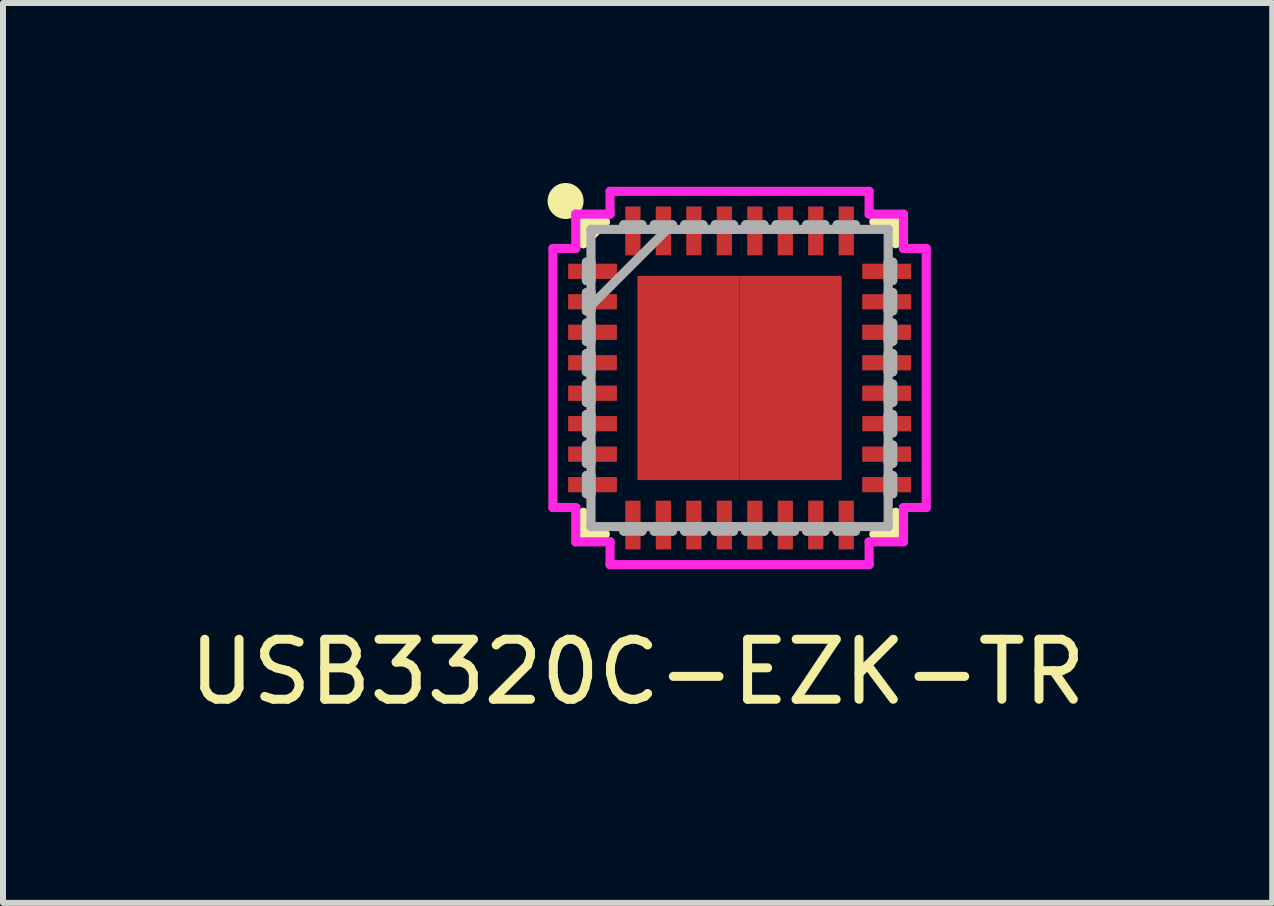
<source format=kicad_pcb>
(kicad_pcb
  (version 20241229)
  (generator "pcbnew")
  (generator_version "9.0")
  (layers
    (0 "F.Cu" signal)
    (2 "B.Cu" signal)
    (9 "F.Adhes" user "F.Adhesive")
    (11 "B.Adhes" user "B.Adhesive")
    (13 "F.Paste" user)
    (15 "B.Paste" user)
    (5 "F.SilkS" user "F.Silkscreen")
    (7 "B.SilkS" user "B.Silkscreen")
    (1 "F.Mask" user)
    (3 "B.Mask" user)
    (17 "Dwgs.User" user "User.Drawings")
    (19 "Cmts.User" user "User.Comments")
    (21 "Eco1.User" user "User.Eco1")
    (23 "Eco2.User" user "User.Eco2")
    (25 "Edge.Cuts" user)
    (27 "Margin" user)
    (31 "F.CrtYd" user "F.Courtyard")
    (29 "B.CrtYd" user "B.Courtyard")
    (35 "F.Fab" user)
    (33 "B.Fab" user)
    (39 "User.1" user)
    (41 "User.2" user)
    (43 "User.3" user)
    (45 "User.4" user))
  (footprint "USB3320C-EZK-TR"
    (layer "F.Cu")
    (at 9.277 3.25)
    (property "Reference" "USB3320C-EZK-TR" (at -1.7 4.9 0) (layer "F.SilkS") (effects (font (size 1 1) (thickness 0.15))))
    (attr smd)
    (fp_line (start -2.603 -2.603) (end -2.603 -2.238) (stroke (width 0.152) (type solid)) (layer "F.SilkS"))
    (fp_line (start -2.603 -2.238) (end -2.238 -2.603) (stroke (width 0.152) (type default)) (layer "F.SilkS"))
    (fp_line (start -2.603 2.238) (end -2.603 2.603) (stroke (width 0.152) (type solid)) (layer "F.SilkS"))
    (fp_line (start -2.603 2.603) (end -2.238 2.603) (stroke (width 0.152) (type solid)) (layer "F.SilkS"))
    (fp_line (start -2.238 -2.603) (end -2.603 -2.603) (stroke (width 0.152) (type solid)) (layer "F.SilkS"))
    (fp_line (start 2.238 2.603) (end 2.603 2.603) (stroke (width 0.152) (type solid)) (layer "F.SilkS"))
    (fp_line (start 2.603 -2.603) (end 2.238 -2.603) (stroke (width 0.152) (type solid)) (layer "F.SilkS"))
    (fp_line (start 2.603 -2.238) (end 2.603 -2.603) (stroke (width 0.152) (type solid)) (layer "F.SilkS"))
    (fp_line (start 2.603 2.603) (end 2.603 2.238) (stroke (width 0.152) (type solid)) (layer "F.SilkS"))
    (fp_circle (center -2.9 -2.95) (end -2.65 -2.95) (stroke (width 0.1) (type solid)) (fill yes) (layer "F.SilkS"))
    (fp_line (start -3.111 -2.159) (end -2.731 -2.159) (stroke (width 0.152) (type solid)) (layer "F.CrtYd"))
    (fp_line (start -3.111 2.159) (end -3.111 -2.159) (stroke (width 0.152) (type solid)) (layer "F.CrtYd"))
    (fp_line (start -2.731 -2.731) (end -2.159 -2.731) (stroke (width 0.152) (type solid)) (layer "F.CrtYd"))
    (fp_line (start -2.731 -2.159) (end -2.731 -2.731) (stroke (width 0.152) (type solid)) (layer "F.CrtYd"))
    (fp_line (start -2.731 2.159) (end -3.111 2.159) (stroke (width 0.152) (type solid)) (layer "F.CrtYd"))
    (fp_line (start -2.731 2.731) (end -2.731 2.159) (stroke (width 0.152) (type solid)) (layer "F.CrtYd"))
    (fp_line (start -2.159 -3.111) (end 2.159 -3.111) (stroke (width 0.152) (type solid)) (layer "F.CrtYd"))
    (fp_line (start -2.159 -2.731) (end -2.159 -3.111) (stroke (width 0.152) (type solid)) (layer "F.CrtYd"))
    (fp_line (start -2.159 2.731) (end -2.731 2.731) (stroke (width 0.152) (type solid)) (layer "F.CrtYd"))
    (fp_line (start -2.159 3.111) (end -2.159 2.731) (stroke (width 0.152) (type solid)) (layer "F.CrtYd"))
    (fp_line (start 2.159 -3.111) (end 2.159 -2.731) (stroke (width 0.152) (type solid)) (layer "F.CrtYd"))
    (fp_line (start 2.159 -2.731) (end 2.731 -2.731) (stroke (width 0.152) (type solid)) (layer "F.CrtYd"))
    (fp_line (start 2.159 2.731) (end 2.159 3.111) (stroke (width 0.152) (type solid)) (layer "F.CrtYd"))
    (fp_line (start 2.159 3.111) (end -2.159 3.111) (stroke (width 0.152) (type solid)) (layer "F.CrtYd"))
    (fp_line (start 2.731 -2.731) (end 2.731 -2.159) (stroke (width 0.152) (type solid)) (layer "F.CrtYd"))
    (fp_line (start 2.731 -2.159) (end 3.111 -2.159) (stroke (width 0.152) (type solid)) (layer "F.CrtYd"))
    (fp_line (start 2.731 2.159) (end 2.731 2.731) (stroke (width 0.152) (type solid)) (layer "F.CrtYd"))
    (fp_line (start 2.731 2.731) (end 2.159 2.731) (stroke (width 0.152) (type solid)) (layer "F.CrtYd"))
    (fp_line (start 3.111 -2.159) (end 3.111 2.159) (stroke (width 0.152) (type solid)) (layer "F.CrtYd"))
    (fp_line (start 3.111 2.159) (end 2.731 2.159) (stroke (width 0.152) (type solid)) (layer "F.CrtYd"))
    (fp_line (start -2.553 -1.93) (end -2.553 -1.626) (stroke (width 0.152) (type solid)) (layer "F.Fab"))
    (fp_line (start -2.553 -1.626) (end -2.477 -1.626) (stroke (width 0.152) (type solid)) (layer "F.Fab"))
    (fp_line (start -2.553 -1.422) (end -2.553 -1.118) (stroke (width 0.152) (type solid)) (layer "F.Fab"))
    (fp_line (start -2.553 -1.118) (end -2.477 -1.118) (stroke (width 0.152) (type solid)) (layer "F.Fab"))
    (fp_line (start -2.553 -0.914) (end -2.553 -0.61) (stroke (width 0.152) (type solid)) (layer "F.Fab"))
    (fp_line (start -2.553 -0.61) (end -2.477 -0.61) (stroke (width 0.152) (type solid)) (layer "F.Fab"))
    (fp_line (start -2.553 -0.406) (end -2.553 -0.102) (stroke (width 0.152) (type solid)) (layer "F.Fab"))
    (fp_line (start -2.553 -0.102) (end -2.477 -0.102) (stroke (width 0.152) (type solid)) (layer "F.Fab"))
    (fp_line (start -2.553 0.102) (end -2.553 0.406) (stroke (width 0.152) (type solid)) (layer "F.Fab"))
    (fp_line (start -2.553 0.406) (end -2.477 0.406) (stroke (width 0.152) (type solid)) (layer "F.Fab"))
    (fp_line (start -2.553 0.61) (end -2.553 0.914) (stroke (width 0.152) (type solid)) (layer "F.Fab"))
    (fp_line (start -2.553 0.914) (end -2.477 0.914) (stroke (width 0.152) (type solid)) (layer "F.Fab"))
    (fp_line (start -2.553 1.118) (end -2.553 1.422) (stroke (width 0.152) (type solid)) (layer "F.Fab"))
    (fp_line (start -2.553 1.422) (end -2.477 1.422) (stroke (width 0.152) (type solid)) (layer "F.Fab"))
    (fp_line (start -2.553 1.626) (end -2.553 1.93) (stroke (width 0.152) (type solid)) (layer "F.Fab"))
    (fp_line (start -2.553 1.93) (end -2.477 1.93) (stroke (width 0.152) (type solid)) (layer "F.Fab"))
    (fp_line (start -2.477 -2.477) (end -2.477 -2.477) (stroke (width 0.152) (type solid)) (layer "F.Fab"))
    (fp_line (start -2.477 -2.477) (end -2.477 2.477) (stroke (width 0.152) (type solid)) (layer "F.Fab"))
    (fp_line (start -2.477 -1.93) (end -2.553 -1.93) (stroke (width 0.152) (type solid)) (layer "F.Fab"))
    (fp_line (start -2.477 -1.626) (end -2.477 -1.93) (stroke (width 0.152) (type solid)) (layer "F.Fab"))
    (fp_line (start -2.477 -1.422) (end -2.553 -1.422) (stroke (width 0.152) (type solid)) (layer "F.Fab"))
    (fp_line (start -2.477 -1.206) (end -1.206 -2.477) (stroke (width 0.152) (type solid)) (layer "F.Fab"))
    (fp_line (start -2.477 -1.118) (end -2.477 -1.422) (stroke (width 0.152) (type solid)) (layer "F.Fab"))
    (fp_line (start -2.477 -0.914) (end -2.553 -0.914) (stroke (width 0.152) (type solid)) (layer "F.Fab"))
    (fp_line (start -2.477 -0.61) (end -2.477 -0.914) (stroke (width 0.152) (type solid)) (layer "F.Fab"))
    (fp_line (start -2.477 -0.406) (end -2.553 -0.406) (stroke (width 0.152) (type solid)) (layer "F.Fab"))
    (fp_line (start -2.477 -0.102) (end -2.477 -0.406) (stroke (width 0.152) (type solid)) (layer "F.Fab"))
    (fp_line (start -2.477 0.102) (end -2.553 0.102) (stroke (width 0.152) (type solid)) (layer "F.Fab"))
    (fp_line (start -2.477 0.406) (end -2.477 0.102) (stroke (width 0.152) (type solid)) (layer "F.Fab"))
    (fp_line (start -2.477 0.61) (end -2.553 0.61) (stroke (width 0.152) (type solid)) (layer "F.Fab"))
    (fp_line (start -2.477 0.914) (end -2.477 0.61) (stroke (width 0.152) (type solid)) (layer "F.Fab"))
    (fp_line (start -2.477 1.118) (end -2.553 1.118) (stroke (width 0.152) (type solid)) (layer "F.Fab"))
    (fp_line (start -2.477 1.422) (end -2.477 1.118) (stroke (width 0.152) (type solid)) (layer "F.Fab"))
    (fp_line (start -2.477 1.626) (end -2.553 1.626) (stroke (width 0.152) (type solid)) (layer "F.Fab"))
    (fp_line (start -2.477 1.93) (end -2.477 1.626) (stroke (width 0.152) (type solid)) (layer "F.Fab"))
    (fp_line (start -2.477 2.477) (end -2.477 2.477) (stroke (width 0.152) (type solid)) (layer "F.Fab"))
    (fp_line (start -2.477 2.477) (end 2.477 2.477) (stroke (width 0.152) (type solid)) (layer "F.Fab"))
    (fp_line (start -1.93 -2.553) (end -1.93 -2.477) (stroke (width 0.152) (type solid)) (layer "F.Fab"))
    (fp_line (start -1.93 -2.477) (end -1.626 -2.477) (stroke (width 0.152) (type solid)) (layer "F.Fab"))
    (fp_line (start -1.93 2.477) (end -1.93 2.553) (stroke (width 0.152) (type solid)) (layer "F.Fab"))
    (fp_line (start -1.93 2.553) (end -1.626 2.553) (stroke (width 0.152) (type solid)) (layer "F.Fab"))
    (fp_line (start -1.626 -2.553) (end -1.93 -2.553) (stroke (width 0.152) (type solid)) (layer "F.Fab"))
    (fp_line (start -1.626 -2.477) (end -1.626 -2.553) (stroke (width 0.152) (type solid)) (layer "F.Fab"))
    (fp_line (start -1.626 2.477) (end -1.93 2.477) (stroke (width 0.152) (type solid)) (layer "F.Fab"))
    (fp_line (start -1.626 2.553) (end -1.626 2.477) (stroke (width 0.152) (type solid)) (layer "F.Fab"))
    (fp_line (start -1.422 -2.553) (end -1.422 -2.477) (stroke (width 0.152) (type solid)) (layer "F.Fab"))
    (fp_line (start -1.422 -2.477) (end -1.118 -2.477) (stroke (width 0.152) (type solid)) (layer "F.Fab"))
    (fp_line (start -1.422 2.477) (end -1.422 2.553) (stroke (width 0.152) (type solid)) (layer "F.Fab"))
    (fp_line (start -1.422 2.553) (end -1.118 2.553) (stroke (width 0.152) (type solid)) (layer "F.Fab"))
    (fp_line (start -1.118 -2.553) (end -1.422 -2.553) (stroke (width 0.152) (type solid)) (layer "F.Fab"))
    (fp_line (start -1.118 -2.477) (end -1.118 -2.553) (stroke (width 0.152) (type solid)) (layer "F.Fab"))
    (fp_line (start -1.118 2.477) (end -1.422 2.477) (stroke (width 0.152) (type solid)) (layer "F.Fab"))
    (fp_line (start -1.118 2.553) (end -1.118 2.477) (stroke (width 0.152) (type solid)) (layer "F.Fab"))
    (fp_line (start -0.914 -2.553) (end -0.914 -2.477) (stroke (width 0.152) (type solid)) (layer "F.Fab"))
    (fp_line (start -0.914 -2.477) (end -0.61 -2.477) (stroke (width 0.152) (type solid)) (layer "F.Fab"))
    (fp_line (start -0.914 2.477) (end -0.914 2.553) (stroke (width 0.152) (type solid)) (layer "F.Fab"))
    (fp_line (start -0.914 2.553) (end -0.61 2.553) (stroke (width 0.152) (type solid)) (layer "F.Fab"))
    (fp_line (start -0.61 -2.553) (end -0.914 -2.553) (stroke (width 0.152) (type solid)) (layer "F.Fab"))
    (fp_line (start -0.61 -2.477) (end -0.61 -2.553) (stroke (width 0.152) (type solid)) (layer "F.Fab"))
    (fp_line (start -0.61 2.477) (end -0.914 2.477) (stroke (width 0.152) (type solid)) (layer "F.Fab"))
    (fp_line (start -0.61 2.553) (end -0.61 2.477) (stroke (width 0.152) (type solid)) (layer "F.Fab"))
    (fp_line (start -0.406 -2.553) (end -0.406 -2.477) (stroke (width 0.152) (type solid)) (layer "F.Fab"))
    (fp_line (start -0.406 -2.477) (end -0.102 -2.477) (stroke (width 0.152) (type solid)) (layer "F.Fab"))
    (fp_line (start -0.406 2.477) (end -0.406 2.553) (stroke (width 0.152) (type solid)) (layer "F.Fab"))
    (fp_line (start -0.406 2.553) (end -0.102 2.553) (stroke (width 0.152) (type solid)) (layer "F.Fab"))
    (fp_line (start -0.102 -2.553) (end -0.406 -2.553) (stroke (width 0.152) (type solid)) (layer "F.Fab"))
    (fp_line (start -0.102 -2.477) (end -0.102 -2.553) (stroke (width 0.152) (type solid)) (layer "F.Fab"))
    (fp_line (start -0.102 2.477) (end -0.406 2.477) (stroke (width 0.152) (type solid)) (layer "F.Fab"))
    (fp_line (start -0.102 2.553) (end -0.102 2.477) (stroke (width 0.152) (type solid)) (layer "F.Fab"))
    (fp_line (start 0.102 -2.553) (end 0.102 -2.477) (stroke (width 0.152) (type solid)) (layer "F.Fab"))
    (fp_line (start 0.102 -2.477) (end 0.406 -2.477) (stroke (width 0.152) (type solid)) (layer "F.Fab"))
    (fp_line (start 0.102 2.477) (end 0.102 2.553) (stroke (width 0.152) (type solid)) (layer "F.Fab"))
    (fp_line (start 0.102 2.553) (end 0.406 2.553) (stroke (width 0.152) (type solid)) (layer "F.Fab"))
    (fp_line (start 0.406 -2.553) (end 0.102 -2.553) (stroke (width 0.152) (type solid)) (layer "F.Fab"))
    (fp_line (start 0.406 -2.477) (end 0.406 -2.553) (stroke (width 0.152) (type solid)) (layer "F.Fab"))
    (fp_line (start 0.406 2.477) (end 0.102 2.477) (stroke (width 0.152) (type solid)) (layer "F.Fab"))
    (fp_line (start 0.406 2.553) (end 0.406 2.477) (stroke (width 0.152) (type solid)) (layer "F.Fab"))
    (fp_line (start 0.61 -2.553) (end 0.61 -2.477) (stroke (width 0.152) (type solid)) (layer "F.Fab"))
    (fp_line (start 0.61 -2.477) (end 0.914 -2.477) (stroke (width 0.152) (type solid)) (layer "F.Fab"))
    (fp_line (start 0.61 2.477) (end 0.61 2.553) (stroke (width 0.152) (type solid)) (layer "F.Fab"))
    (fp_line (start 0.61 2.553) (end 0.914 2.553) (stroke (width 0.152) (type solid)) (layer "F.Fab"))
    (fp_line (start 0.914 -2.553) (end 0.61 -2.553) (stroke (width 0.152) (type solid)) (layer "F.Fab"))
    (fp_line (start 0.914 -2.477) (end 0.914 -2.553) (stroke (width 0.152) (type solid)) (layer "F.Fab"))
    (fp_line (start 0.914 2.477) (end 0.61 2.477) (stroke (width 0.152) (type solid)) (layer "F.Fab"))
    (fp_line (start 0.914 2.553) (end 0.914 2.477) (stroke (width 0.152) (type solid)) (layer "F.Fab"))
    (fp_line (start 1.118 -2.553) (end 1.118 -2.477) (stroke (width 0.152) (type solid)) (layer "F.Fab"))
    (fp_line (start 1.118 -2.477) (end 1.422 -2.477) (stroke (width 0.152) (type solid)) (layer "F.Fab"))
    (fp_line (start 1.118 2.477) (end 1.118 2.553) (stroke (width 0.152) (type solid)) (layer "F.Fab"))
    (fp_line (start 1.118 2.553) (end 1.422 2.553) (stroke (width 0.152) (type solid)) (layer "F.Fab"))
    (fp_line (start 1.422 -2.553) (end 1.118 -2.553) (stroke (width 0.152) (type solid)) (layer "F.Fab"))
    (fp_line (start 1.422 -2.477) (end 1.422 -2.553) (stroke (width 0.152) (type solid)) (layer "F.Fab"))
    (fp_line (start 1.422 2.477) (end 1.118 2.477) (stroke (width 0.152) (type solid)) (layer "F.Fab"))
    (fp_line (start 1.422 2.553) (end 1.422 2.477) (stroke (width 0.152) (type solid)) (layer "F.Fab"))
    (fp_line (start 1.626 -2.553) (end 1.626 -2.477) (stroke (width 0.152) (type solid)) (layer "F.Fab"))
    (fp_line (start 1.626 -2.477) (end 1.93 -2.477) (stroke (width 0.152) (type solid)) (layer "F.Fab"))
    (fp_line (start 1.626 2.477) (end 1.626 2.553) (stroke (width 0.152) (type solid)) (layer "F.Fab"))
    (fp_line (start 1.626 2.553) (end 1.93 2.553) (stroke (width 0.152) (type solid)) (layer "F.Fab"))
    (fp_line (start 1.93 -2.553) (end 1.626 -2.553) (stroke (width 0.152) (type solid)) (layer "F.Fab"))
    (fp_line (start 1.93 -2.477) (end 1.93 -2.553) (stroke (width 0.152) (type solid)) (layer "F.Fab"))
    (fp_line (start 1.93 2.477) (end 1.626 2.477) (stroke (width 0.152) (type solid)) (layer "F.Fab"))
    (fp_line (start 1.93 2.553) (end 1.93 2.477) (stroke (width 0.152) (type solid)) (layer "F.Fab"))
    (fp_line (start 2.477 -2.477) (end -2.477 -2.477) (stroke (width 0.152) (type solid)) (layer "F.Fab"))
    (fp_line (start 2.477 -2.477) (end 2.477 -2.477) (stroke (width 0.152) (type solid)) (layer "F.Fab"))
    (fp_line (start 2.477 -1.93) (end 2.477 -1.626) (stroke (width 0.152) (type solid)) (layer "F.Fab"))
    (fp_line (start 2.477 -1.626) (end 2.553 -1.626) (stroke (width 0.152) (type solid)) (layer "F.Fab"))
    (fp_line (start 2.477 -1.422) (end 2.477 -1.118) (stroke (width 0.152) (type solid)) (layer "F.Fab"))
    (fp_line (start 2.477 -1.118) (end 2.553 -1.118) (stroke (width 0.152) (type solid)) (layer "F.Fab"))
    (fp_line (start 2.477 -0.914) (end 2.477 -0.61) (stroke (width 0.152) (type solid)) (layer "F.Fab"))
    (fp_line (start 2.477 -0.61) (end 2.553 -0.61) (stroke (width 0.152) (type solid)) (layer "F.Fab"))
    (fp_line (start 2.477 -0.406) (end 2.477 -0.102) (stroke (width 0.152) (type solid)) (layer "F.Fab"))
    (fp_line (start 2.477 -0.102) (end 2.553 -0.102) (stroke (width 0.152) (type solid)) (layer "F.Fab"))
    (fp_line (start 2.477 0.102) (end 2.477 0.406) (stroke (width 0.152) (type solid)) (layer "F.Fab"))
    (fp_line (start 2.477 0.406) (end 2.553 0.406) (stroke (width 0.152) (type solid)) (layer "F.Fab"))
    (fp_line (start 2.477 0.61) (end 2.477 0.914) (stroke (width 0.152) (type solid)) (layer "F.Fab"))
    (fp_line (start 2.477 0.914) (end 2.553 0.914) (stroke (width 0.152) (type solid)) (layer "F.Fab"))
    (fp_line (start 2.477 1.118) (end 2.477 1.422) (stroke (width 0.152) (type solid)) (layer "F.Fab"))
    (fp_line (start 2.477 1.422) (end 2.553 1.422) (stroke (width 0.152) (type solid)) (layer "F.Fab"))
    (fp_line (start 2.477 1.626) (end 2.477 1.93) (stroke (width 0.152) (type solid)) (layer "F.Fab"))
    (fp_line (start 2.477 1.93) (end 2.553 1.93) (stroke (width 0.152) (type solid)) (layer "F.Fab"))
    (fp_line (start 2.477 2.477) (end 2.477 -2.477) (stroke (width 0.152) (type solid)) (layer "F.Fab"))
    (fp_line (start 2.477 2.477) (end 2.477 2.477) (stroke (width 0.152) (type solid)) (layer "F.Fab"))
    (fp_line (start 2.553 -1.93) (end 2.477 -1.93) (stroke (width 0.152) (type solid)) (layer "F.Fab"))
    (fp_line (start 2.553 -1.626) (end 2.553 -1.93) (stroke (width 0.152) (type solid)) (layer "F.Fab"))
    (fp_line (start 2.553 -1.422) (end 2.477 -1.422) (stroke (width 0.152) (type solid)) (layer "F.Fab"))
    (fp_line (start 2.553 -1.118) (end 2.553 -1.422) (stroke (width 0.152) (type solid)) (layer "F.Fab"))
    (fp_line (start 2.553 -0.914) (end 2.477 -0.914) (stroke (width 0.152) (type solid)) (layer "F.Fab"))
    (fp_line (start 2.553 -0.61) (end 2.553 -0.914) (stroke (width 0.152) (type solid)) (layer "F.Fab"))
    (fp_line (start 2.553 -0.406) (end 2.477 -0.406) (stroke (width 0.152) (type solid)) (layer "F.Fab"))
    (fp_line (start 2.553 -0.102) (end 2.553 -0.406) (stroke (width 0.152) (type solid)) (layer "F.Fab"))
    (fp_line (start 2.553 0.102) (end 2.477 0.102) (stroke (width 0.152) (type solid)) (layer "F.Fab"))
    (fp_line (start 2.553 0.406) (end 2.553 0.102) (stroke (width 0.152) (type solid)) (layer "F.Fab"))
    (fp_line (start 2.553 0.61) (end 2.477 0.61) (stroke (width 0.152) (type solid)) (layer "F.Fab"))
    (fp_line (start 2.553 0.914) (end 2.553 0.61) (stroke (width 0.152) (type solid)) (layer "F.Fab"))
    (fp_line (start 2.553 1.118) (end 2.477 1.118) (stroke (width 0.152) (type solid)) (layer "F.Fab"))
    (fp_line (start 2.553 1.422) (end 2.553 1.118) (stroke (width 0.152) (type solid)) (layer "F.Fab"))
    (fp_line (start 2.553 1.626) (end 2.477 1.626) (stroke (width 0.152) (type solid)) (layer "F.Fab"))
    (fp_line (start 2.553 1.93) (end 2.553 1.626) (stroke (width 0.152) (type solid)) (layer "F.Fab"))
    (pad "1" smd rect (at -2.451 -1.778 90) (size 0.254 0.813) (layers "F.Cu" "F.Mask" "F.Paste"))
    (pad "2" smd rect (at -2.451 -1.27 90) (size 0.254 0.813) (layers "F.Cu" "F.Mask" "F.Paste"))
    (pad "3" smd rect (at -2.451 -0.762 90) (size 0.254 0.813) (layers "F.Cu" "F.Mask" "F.Paste"))
    (pad "4" smd rect (at -2.451 -0.254 90) (size 0.254 0.813) (layers "F.Cu" "F.Mask" "F.Paste"))
    (pad "5" smd rect (at -2.451 0.254 90) (size 0.254 0.813) (layers "F.Cu" "F.Mask" "F.Paste"))
    (pad "6" smd rect (at -2.451 0.762 90) (size 0.254 0.813) (layers "F.Cu" "F.Mask" "F.Paste"))
    (pad "7" smd rect (at -2.451 1.27 90) (size 0.254 0.813) (layers "F.Cu" "F.Mask" "F.Paste"))
    (pad "8" smd rect (at -2.451 1.778 90) (size 0.254 0.813) (layers "F.Cu" "F.Mask" "F.Paste"))
    (pad "9" smd rect (at -1.778 2.451) (size 0.254 0.813) (layers "F.Cu" "F.Mask" "F.Paste"))
    (pad "10" smd rect (at -1.27 2.451) (size 0.254 0.813) (layers "F.Cu" "F.Mask" "F.Paste"))
    (pad "11" smd rect (at -0.762 2.451) (size 0.254 0.813) (layers "F.Cu" "F.Mask" "F.Paste"))
    (pad "12" smd rect (at -0.254 2.451) (size 0.254 0.813) (layers "F.Cu" "F.Mask" "F.Paste"))
    (pad "13" smd rect (at 0.254 2.451) (size 0.254 0.813) (layers "F.Cu" "F.Mask" "F.Paste"))
    (pad "14" smd rect (at 0.762 2.451) (size 0.254 0.813) (layers "F.Cu" "F.Mask" "F.Paste"))
    (pad "15" smd rect (at 1.27 2.451) (size 0.254 0.813) (layers "F.Cu" "F.Mask" "F.Paste"))
    (pad "16" smd rect (at 1.778 2.451) (size 0.254 0.813) (layers "F.Cu" "F.Mask" "F.Paste"))
    (pad "17" smd rect (at 2.451 1.778 90) (size 0.254 0.813) (layers "F.Cu" "F.Mask" "F.Paste"))
    (pad "18" smd rect (at 2.451 1.27 90) (size 0.254 0.813) (layers "F.Cu" "F.Mask" "F.Paste"))
    (pad "19" smd rect (at 2.451 0.762 90) (size 0.254 0.813) (layers "F.Cu" "F.Mask" "F.Paste"))
    (pad "20" smd rect (at 2.451 0.254 90) (size 0.254 0.813) (layers "F.Cu" "F.Mask" "F.Paste"))
    (pad "21" smd rect (at 2.451 -0.254 90) (size 0.254 0.813) (layers "F.Cu" "F.Mask" "F.Paste"))
    (pad "22" smd rect (at 2.451 -0.762 90) (size 0.254 0.813) (layers "F.Cu" "F.Mask" "F.Paste"))
    (pad "23" smd rect (at 2.451 -1.27 90) (size 0.254 0.813) (layers "F.Cu" "F.Mask" "F.Paste"))
    (pad "24" smd rect (at 2.451 -1.778 90) (size 0.254 0.813) (layers "F.Cu" "F.Mask" "F.Paste"))
    (pad "25" smd rect (at 1.778 -2.451) (size 0.254 0.813) (layers "F.Cu" "F.Mask" "F.Paste"))
    (pad "26" smd rect (at 1.27 -2.451) (size 0.254 0.813) (layers "F.Cu" "F.Mask" "F.Paste"))
    (pad "27" smd rect (at 0.762 -2.451) (size 0.254 0.813) (layers "F.Cu" "F.Mask" "F.Paste"))
    (pad "28" smd rect (at 0.254 -2.451) (size 0.254 0.813) (layers "F.Cu" "F.Mask" "F.Paste"))
    (pad "29" smd rect (at -0.254 -2.451) (size 0.254 0.813) (layers "F.Cu" "F.Mask" "F.Paste"))
    (pad "30" smd rect (at -0.762 -2.451) (size 0.254 0.813) (layers "F.Cu" "F.Mask" "F.Paste"))
    (pad "31" smd rect (at -1.27 -2.451) (size 0.254 0.813) (layers "F.Cu" "F.Mask" "F.Paste"))
    (pad "32" smd rect (at -1.778 -2.451) (size 0.254 0.813) (layers "F.Cu" "F.Mask" "F.Paste"))
    (pad "33" smd rect (at -0.851 -0.851) (size 1.702 1.702) (layers "F.Cu" "F.Mask" "F.Paste"))
    (pad "33" smd rect (at -0.851 0.851) (size 1.702 1.702) (layers "F.Cu" "F.Mask" "F.Paste"))
    (pad "33" smd rect (at 0.851 -0.851) (size 1.702 1.702) (layers "F.Cu" "F.Mask" "F.Paste"))
    (pad "33" smd rect (at 0.851 0.851) (size 1.702 1.702) (layers "F.Cu" "F.Mask" "F.Paste")))
  (gr_rect
    (start -3 -3)
    (end 18.155 11.998)
    (stroke (width 0.1) (type default))
    (fill no)
    (layer "Edge.Cuts")))
</source>
